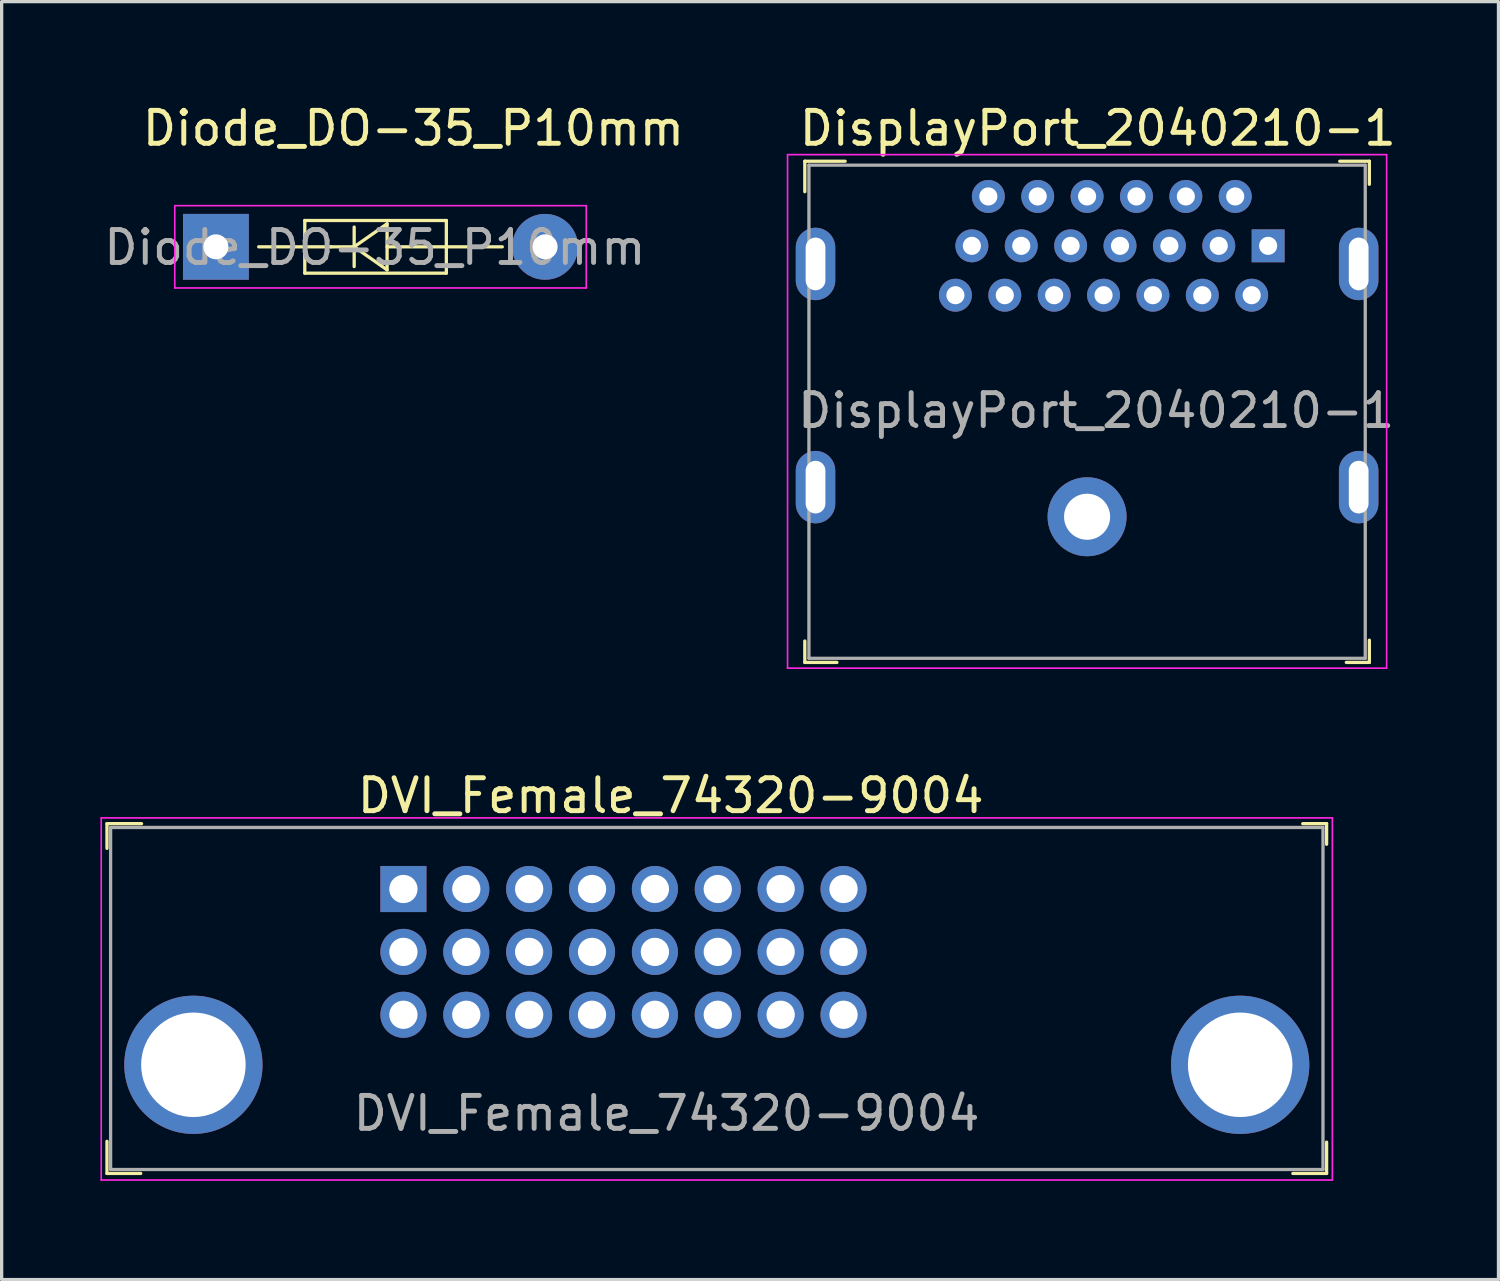
<source format=kicad_pcb>
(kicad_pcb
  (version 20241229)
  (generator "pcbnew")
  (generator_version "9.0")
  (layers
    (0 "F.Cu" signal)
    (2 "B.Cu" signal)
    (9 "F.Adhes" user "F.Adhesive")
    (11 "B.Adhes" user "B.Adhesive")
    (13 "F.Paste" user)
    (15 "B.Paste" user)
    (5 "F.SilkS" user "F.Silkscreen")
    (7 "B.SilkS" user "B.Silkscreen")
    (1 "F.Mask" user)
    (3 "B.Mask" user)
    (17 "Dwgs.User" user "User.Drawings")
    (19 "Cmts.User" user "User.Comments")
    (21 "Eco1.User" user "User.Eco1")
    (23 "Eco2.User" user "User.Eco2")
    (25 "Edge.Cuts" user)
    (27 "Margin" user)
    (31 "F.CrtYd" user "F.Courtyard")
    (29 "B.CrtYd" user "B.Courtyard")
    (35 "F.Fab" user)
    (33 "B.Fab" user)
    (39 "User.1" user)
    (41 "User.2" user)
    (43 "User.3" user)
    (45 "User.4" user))
  (footprint "Diode_DO-35_P10mm"
    (layer "F.Cu")
    (at 3.509 4.448)
    (property "Reference" "Diode_DO-35_P10mm" (at 6 -3.6 0) (layer "F.SilkS") (effects (font (size 1 1) (thickness 0.15))))
    (attr through_hole)
    (fp_line (start 1.3 0) (end 2.7 0) (stroke (width 0.1) (type solid)) (layer "F.SilkS"))
    (fp_line (start 2.7 -0.8) (end 7 -0.8) (stroke (width 0.1) (type solid)) (layer "F.SilkS"))
    (fp_line (start 2.7 0) (end 2.7 -0.8) (stroke (width 0.1) (type solid)) (layer "F.SilkS"))
    (fp_line (start 2.7 0) (end 2.7 0.8) (stroke (width 0.1) (type solid)) (layer "F.SilkS"))
    (fp_line (start 2.7 0.8) (end 7 0.8) (stroke (width 0.1) (type solid)) (layer "F.SilkS"))
    (fp_line (start 3.5 0) (end 2.7 0) (stroke (width 0.1) (type solid)) (layer "F.SilkS"))
    (fp_line (start 4.2 0) (end 3.5 0) (stroke (width 0.1) (type solid)) (layer "F.SilkS"))
    (fp_line (start 4.2 0) (end 4.2 -0.6) (stroke (width 0.1) (type solid)) (layer "F.SilkS"))
    (fp_line (start 4.2 0) (end 4.2 0.6) (stroke (width 0.1) (type solid)) (layer "F.SilkS"))
    (fp_line (start 4.2 0) (end 5.2 -0.7) (stroke (width 0.1) (type solid)) (layer "F.SilkS"))
    (fp_line (start 5.2 -0.7) (end 5.2 0.7) (stroke (width 0.1) (type solid)) (layer "F.SilkS"))
    (fp_line (start 5.2 0.7) (end 4.2 0) (stroke (width 0.1) (type solid)) (layer "F.SilkS"))
    (fp_line (start 7 -0.8) (end 7 0) (stroke (width 0.1) (type solid)) (layer "F.SilkS"))
    (fp_line (start 7 0) (end 5.2 0) (stroke (width 0.1) (type solid)) (layer "F.SilkS"))
    (fp_line (start 7 0.8) (end 7 0) (stroke (width 0.1) (type solid)) (layer "F.SilkS"))
    (fp_line (start 8.7 0) (end 7 0) (stroke (width 0.1) (type solid)) (layer "F.SilkS"))
    (fp_line (start -1.25 -1.25) (end -1.25 1.25) (stroke (width 0.05) (type solid)) (layer "F.CrtYd"))
    (fp_line (start 11.25 -1.25) (end -1.25 -1.25) (stroke (width 0.05) (type solid)) (layer "F.CrtYd"))
    (fp_line (start 11.25 -1.25) (end 11.25 1.25) (stroke (width 0.05) (type solid)) (layer "F.CrtYd"))
    (fp_line (start 11.25 1.25) (end -1.25 1.25) (stroke (width 0.05) (type solid)) (layer "F.CrtYd"))
    (fp_text user "${REFERENCE}" (at 4.83 0.02 0) (layer "F.Fab") (effects (font (size 1 1) (thickness 0.15))))
    (pad "1" thru_hole rect (at 0 0) (size 2 2) (drill 0.76) (layers "*.Cu" "*.Mask"))
    (pad "2" thru_hole circle (at 10 0) (size 2 2) (drill 0.76) (layers "*.Cu" "*.Mask")))
  (footprint "DVI_Female_74320-9004"
    (layer "F.Cu")
    (at 2.825 29.297)
    (property "Reference" "DVI_Female_74320-9004" (at 14.5 -8.175 0) (layer "F.SilkS") (effects (font (size 1 1) (thickness 0.15))))
    (attr through_hole)
    (fp_line (start -2.625 -7.325) (end -2.625 -6.575) (stroke (width 0.1) (type solid)) (layer "F.SilkS"))
    (fp_line (start -2.625 2.325) (end -2.625 3.3) (stroke (width 0.1) (type solid)) (layer "F.SilkS"))
    (fp_line (start -2.625 3.3) (end -1.6 3.3) (stroke (width 0.1) (type solid)) (layer "F.SilkS"))
    (fp_line (start -1.575 -7.325) (end -2.625 -7.325) (stroke (width 0.1) (type solid)) (layer "F.SilkS"))
    (fp_line (start 33.7 -7.325) (end 34.425 -7.325) (stroke (width 0.1) (type solid)) (layer "F.SilkS"))
    (fp_line (start 34.425 -7.325) (end 34.425 -6.7) (stroke (width 0.1) (type solid)) (layer "F.SilkS"))
    (fp_line (start 34.425 2.35) (end 34.425 3.3) (stroke (width 0.1) (type solid)) (layer "F.SilkS"))
    (fp_line (start 34.425 3.3) (end 33.4 3.3) (stroke (width 0.1) (type solid)) (layer "F.SilkS"))
    (fp_line (start -2.8 -7.5) (end 34.6 -7.5) (stroke (width 0.05) (type solid)) (layer "F.CrtYd"))
    (fp_line (start -2.8 3.5) (end -2.8 -7.5) (stroke (width 0.05) (type solid)) (layer "F.CrtYd"))
    (fp_line (start -2.8 3.5) (end 34.6 3.5) (stroke (width 0.05) (type solid)) (layer "F.CrtYd"))
    (fp_line (start 34.6 3.5) (end 34.6 -7.5) (stroke (width 0.05) (type solid)) (layer "F.CrtYd"))
    (fp_line (start -2.515 -7.21) (end -2.515 3.18) (stroke (width 0.1) (type solid)) (layer "F.Fab"))
    (fp_line (start -2.515 -7.21) (end 34.315 -7.21) (stroke (width 0.1) (type solid)) (layer "F.Fab"))
    (fp_line (start -2.515 3.18) (end 34.315 3.18) (stroke (width 0.1) (type solid)) (layer "F.Fab"))
    (fp_line (start 34.315 -7.21) (end 34.315 3.18) (stroke (width 0.1) (type solid)) (layer "F.Fab"))
    (fp_text user "${REFERENCE}" (at 14.375 1.475 0) (layer "F.Fab") (effects (font (size 1 1) (thickness 0.15))))
    (pad "1" thru_hole rect (at 6.38 -5.34) (size 1.4 1.4) (drill 0.86) (layers "*.Cu" "*.Mask"))
    (pad "2" thru_hole circle (at 8.29 -5.34) (size 1.4 1.4) (drill 0.86) (layers "*.Cu" "*.Mask"))
    (pad "3" thru_hole circle (at 10.2 -5.34) (size 1.4 1.4) (drill 0.86) (layers "*.Cu" "*.Mask"))
    (pad "4" thru_hole circle (at 12.11 -5.34) (size 1.4 1.4) (drill 0.86) (layers "*.Cu" "*.Mask"))
    (pad "5" thru_hole circle (at 14.02 -5.34) (size 1.4 1.4) (drill 0.86) (layers "*.Cu" "*.Mask"))
    (pad "6" thru_hole circle (at 15.93 -5.34) (size 1.4 1.4) (drill 0.86) (layers "*.Cu" "*.Mask"))
    (pad "7" thru_hole circle (at 17.84 -5.34) (size 1.4 1.4) (drill 0.86) (layers "*.Cu" "*.Mask"))
    (pad "8" thru_hole circle (at 19.75 -5.34) (size 1.4 1.4) (drill 0.86) (layers "*.Cu" "*.Mask"))
    (pad "9" thru_hole circle (at 6.38 -3.43) (size 1.4 1.4) (drill 0.86) (layers "*.Cu" "*.Mask"))
    (pad "10" thru_hole circle (at 8.29 -3.43) (size 1.4 1.4) (drill 0.86) (layers "*.Cu" "*.Mask"))
    (pad "11" thru_hole circle (at 10.2 -3.43) (size 1.4 1.4) (drill 0.86) (layers "*.Cu" "*.Mask"))
    (pad "12" thru_hole circle (at 12.11 -3.43) (size 1.4 1.4) (drill 0.86) (layers "*.Cu" "*.Mask"))
    (pad "13" thru_hole circle (at 14.02 -3.43) (size 1.4 1.4) (drill 0.86) (layers "*.Cu" "*.Mask"))
    (pad "14" thru_hole circle (at 15.93 -3.43) (size 1.4 1.4) (drill 0.86) (layers "*.Cu" "*.Mask"))
    (pad "15" thru_hole circle (at 17.84 -3.43) (size 1.4 1.4) (drill 0.86) (layers "*.Cu" "*.Mask"))
    (pad "16" thru_hole circle (at 19.75 -3.43) (size 1.4 1.4) (drill 0.86) (layers "*.Cu" "*.Mask"))
    (pad "17" thru_hole circle (at 6.38 -1.52) (size 1.4 1.4) (drill 0.86) (layers "*.Cu" "*.Mask"))
    (pad "18" thru_hole circle (at 8.29 -1.52) (size 1.4 1.4) (drill 0.86) (layers "*.Cu" "*.Mask"))
    (pad "19" thru_hole circle (at 10.2 -1.52) (size 1.4 1.4) (drill 0.86) (layers "*.Cu" "*.Mask"))
    (pad "20" thru_hole circle (at 12.11 -1.52) (size 1.4 1.4) (drill 0.86) (layers "*.Cu" "*.Mask"))
    (pad "21" thru_hole circle (at 14.02 -1.52) (size 1.4 1.4) (drill 0.86) (layers "*.Cu" "*.Mask"))
    (pad "22" thru_hole circle (at 15.93 -1.52) (size 1.4 1.4) (drill 0.86) (layers "*.Cu" "*.Mask"))
    (pad "23" thru_hole circle (at 17.84 -1.52) (size 1.4 1.4) (drill 0.86) (layers "*.Cu" "*.Mask"))
    (pad "24" thru_hole circle (at 19.75 -1.52) (size 1.4 1.4) (drill 0.86) (layers "*.Cu" "*.Mask"))
    (pad "25" thru_hole circle (at 0 0) (size 4.2 4.2) (drill 3.175) (layers "*.Cu" "*.Mask"))
    (pad "25" thru_hole circle (at 31.8 0) (size 4.2 4.2) (drill 3.175) (layers "*.Cu" "*.Mask")))
  (footprint "DisplayPort_2040210-1"
    (layer "F.Cu")
    (at 29.974 12.648)
    (property "Reference" "DisplayPort_2040210-1" (at 0.325 -11.8 0) (layer "F.SilkS") (effects (font (size 1 1) (thickness 0.15))))
    (attr through_hole)
    (fp_line (start -8.575 -10.8) (end -8.575 -9.875) (stroke (width 0.1) (type solid)) (layer "F.SilkS"))
    (fp_line (start -8.575 4.425) (end -8.575 3.775) (stroke (width 0.1) (type solid)) (layer "F.SilkS"))
    (fp_line (start -7.6 4.425) (end -8.575 4.425) (stroke (width 0.1) (type solid)) (layer "F.SilkS"))
    (fp_line (start -7.35 -10.8) (end -8.575 -10.8) (stroke (width 0.1) (type solid)) (layer "F.SilkS"))
    (fp_line (start 7.675 -10.8) (end 8.575 -10.8) (stroke (width 0.1) (type solid)) (layer "F.SilkS"))
    (fp_line (start 8.575 -10.8) (end 8.575 -10.1) (stroke (width 0.1) (type solid)) (layer "F.SilkS"))
    (fp_line (start 8.575 3.75) (end 8.575 4.425) (stroke (width 0.1) (type solid)) (layer "F.SilkS"))
    (fp_line (start 8.575 4.425) (end 7.875 4.425) (stroke (width 0.1) (type solid)) (layer "F.SilkS"))
    (fp_line (start -9.1 -11) (end -9.1 4.6) (stroke (width 0.05) (type solid)) (layer "F.CrtYd"))
    (fp_line (start -9.1 -11) (end 9.1 -11) (stroke (width 0.05) (type solid)) (layer "F.CrtYd"))
    (fp_line (start 9.1 -11) (end 9.1 4.6) (stroke (width 0.05) (type solid)) (layer "F.CrtYd"))
    (fp_line (start 9.1 4.6) (end -9.1 4.6) (stroke (width 0.05) (type solid)) (layer "F.CrtYd"))
    (fp_line (start -8.45 -10.68) (end -8.45 4.3) (stroke (width 0.1) (type solid)) (layer "F.Fab"))
    (fp_line (start -8.45 -10.68) (end 8.45 -10.68) (stroke (width 0.1) (type solid)) (layer "F.Fab"))
    (fp_line (start 8.45 -10.68) (end 8.45 4.3) (stroke (width 0.1) (type solid)) (layer "F.Fab"))
    (fp_line (start 8.45 4.3) (end -8.45 4.3) (stroke (width 0.1) (type solid)) (layer "F.Fab"))
    (fp_text user "${REFERENCE}" (at 0.275 -3.225 0) (layer "F.Fab") (effects (font (size 1 1) (thickness 0.15))))
    (pad "1" thru_hole rect (at 5.5 -8.23) (size 1 1) (drill 0.55) (layers "*.Cu" "*.Mask"))
    (pad "2" thru_hole circle (at 5 -6.73) (size 1 1) (drill 0.55) (layers "*.Cu" "*.Mask"))
    (pad "3" thru_hole circle (at 4.5 -9.73) (size 1 1) (drill 0.55) (layers "*.Cu" "*.Mask"))
    (pad "4" thru_hole circle (at 4 -8.23) (size 1 1) (drill 0.55) (layers "*.Cu" "*.Mask"))
    (pad "5" thru_hole circle (at 3.5 -6.73) (size 1 1) (drill 0.55) (layers "*.Cu" "*.Mask"))
    (pad "6" thru_hole circle (at 3 -9.73) (size 1 1) (drill 0.55) (layers "*.Cu" "*.Mask"))
    (pad "7" thru_hole circle (at 2.5 -8.23) (size 1 1) (drill 0.55) (layers "*.Cu" "*.Mask"))
    (pad "8" thru_hole circle (at 2 -6.73) (size 1 1) (drill 0.55) (layers "*.Cu" "*.Mask"))
    (pad "9" thru_hole circle (at 1.5 -9.73) (size 1 1) (drill 0.55) (layers "*.Cu" "*.Mask"))
    (pad "10" thru_hole circle (at 1 -8.23) (size 1 1) (drill 0.55) (layers "*.Cu" "*.Mask"))
    (pad "11" thru_hole circle (at 0.5 -6.73) (size 1 1) (drill 0.55) (layers "*.Cu" "*.Mask"))
    (pad "12" thru_hole circle (at 0 -9.73) (size 1 1) (drill 0.55) (layers "*.Cu" "*.Mask"))
    (pad "13" thru_hole circle (at -0.5 -8.23) (size 1 1) (drill 0.55) (layers "*.Cu" "*.Mask"))
    (pad "14" thru_hole circle (at -1 -6.73) (size 1 1) (drill 0.55) (layers "*.Cu" "*.Mask"))
    (pad "15" thru_hole circle (at -1.5 -9.73) (size 1 1) (drill 0.55) (layers "*.Cu" "*.Mask"))
    (pad "16" thru_hole circle (at -2 -8.23) (size 1 1) (drill 0.55) (layers "*.Cu" "*.Mask"))
    (pad "17" thru_hole circle (at -2.5 -6.73) (size 1 1) (drill 0.55) (layers "*.Cu" "*.Mask"))
    (pad "18" thru_hole circle (at -3 -9.73) (size 1 1) (drill 0.55) (layers "*.Cu" "*.Mask"))
    (pad "19" thru_hole circle (at -3.5 -8.23) (size 1 1) (drill 0.55) (layers "*.Cu" "*.Mask"))
    (pad "20" thru_hole circle (at -4 -6.73) (size 1 1) (drill 0.55) (layers "*.Cu" "*.Mask"))
    (pad "SH" thru_hole oval (at -8.25 -7.68) (size 1.2 2.2) (drill oval 0.6 1.6) (layers "*.Cu" "*.Mask"))
    (pad "SH" thru_hole oval (at -8.25 -0.9) (size 1.2 2.2) (drill oval 0.6 1.6) (layers "*.Cu" "*.Mask"))
    (pad "SH" thru_hole circle (at 0 0) (size 2.4 2.4) (drill 1.4) (layers "*.Cu" "*.Mask"))
    (pad "SH" thru_hole oval (at 8.25 -7.68) (size 1.2 2.2) (drill oval 0.6 1.6) (layers "*.Cu" "*.Mask"))
    (pad "SH" thru_hole oval (at 8.25 -0.9) (size 1.2 2.2) (drill oval 0.6 1.6) (layers "*.Cu" "*.Mask")))
  (gr_rect
    (start -3 -3)
    (end 42.471 35.822)
    (stroke (width 0.1) (type default))
    (fill no)
    (layer "Edge.Cuts")))
</source>
